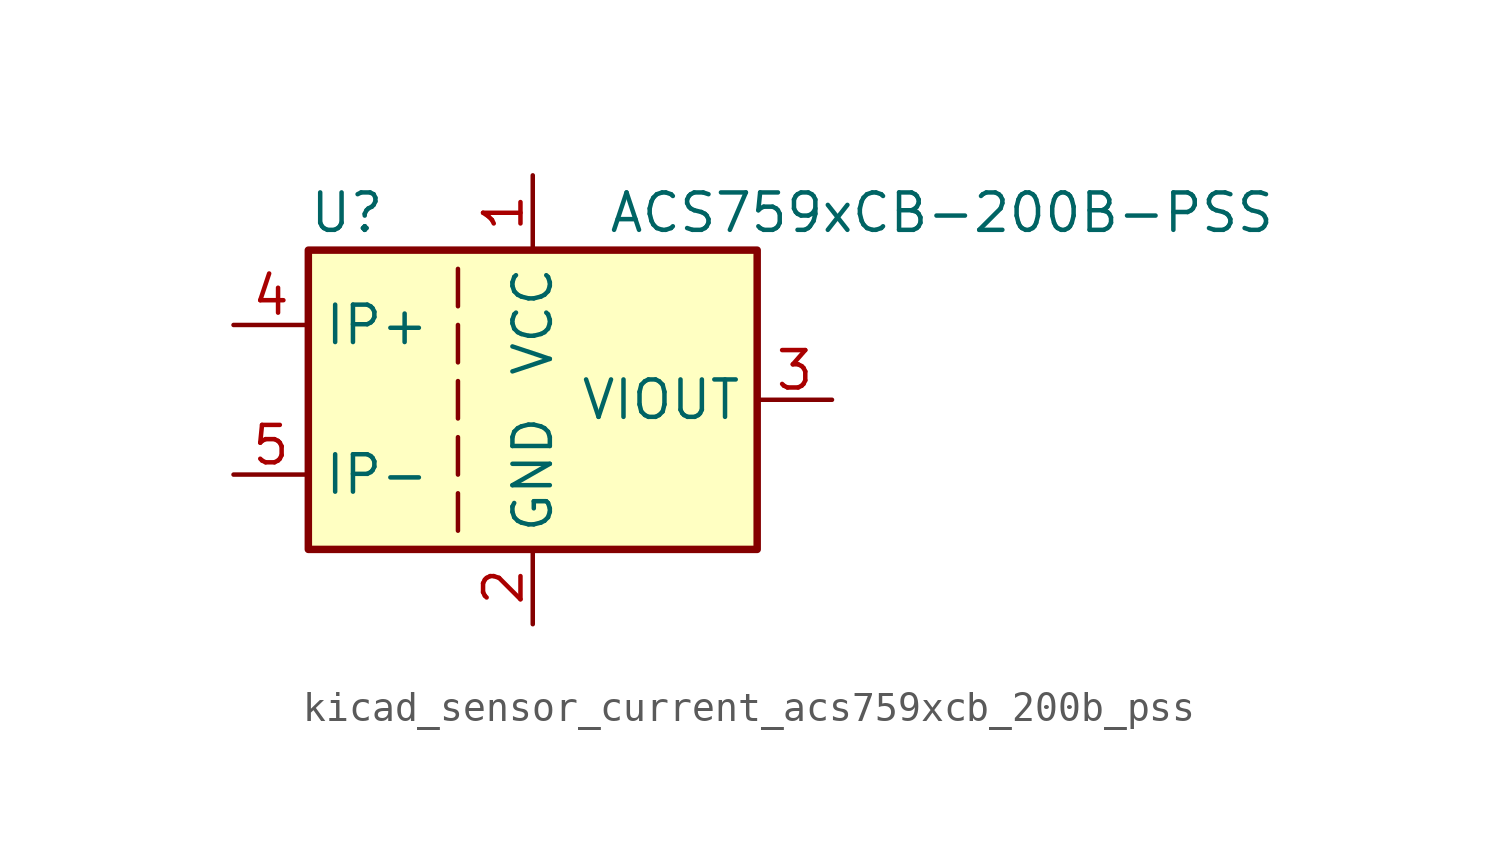
<source format=kicad_sym>
(kicad_symbol_lib
  (version 20220914)
  (generator kicad_symbol_editor)
  (symbol "kicad_sensor_current_acs759xcb_200b_pss"
    (property "Reference" "U"
      (at -7.62 6.35 0)
      (effects (font (size 1.27 1.27)) (justify left)))
    (property "Value" "ACS759xCB-200B-PSS"
      (at 2.54 6.35 0)
      (effects (font (size 1.27 1.27)) (justify left)))
    (symbol "kicad_sensor_current_acs759xcb_200b_pss_0_1"
      (rectangle (start -7.62 5.08) (end 7.62 -5.08) (stroke (width 0.254) (type default)) (fill (type background)))
      (polyline (pts (xy -2.54 -3.175) (xy -2.54 -4.445)) (stroke (width 0) (type default)) (fill (type none)))
      (polyline (pts (xy -2.54 -1.27) (xy -2.54 -2.54)) (stroke (width 0) (type default)) (fill (type none)))
      (polyline (pts (xy -2.54 0.635) (xy -2.54 -0.635)) (stroke (width 0) (type default)) (fill (type none)))
      (polyline (pts (xy -2.54 1.27) (xy -2.54 2.54)) (stroke (width 0) (type default)) (fill (type none)))
      (polyline (pts (xy -2.54 3.175) (xy -2.54 4.445)) (stroke (width 0) (type default)) (fill (type none))))
    (symbol "kicad_sensor_current_acs759xcb_200b_pss_1_1"
      (pin power_in line (at 0 7.62 270) (length 2.54) (name "VCC" (effects (font (size 1.27 1.27)))) (number "1" (effects (font (size 1.27 1.27)))))
      (pin power_in line (at 0 -7.62 90) (length 2.54) (name "GND" (effects (font (size 1.27 1.27)))) (number "2" (effects (font (size 1.27 1.27)))))
      (pin output line (at 10.16 0 180) (length 2.54) (name "VIOUT" (effects (font (size 1.27 1.27)))) (number "3" (effects (font (size 1.27 1.27)))))
      (pin passive line (at -10.16 2.54 0) (length 2.54) (name "IP+" (effects (font (size 1.27 1.27)))) (number "4" (effects (font (size 1.27 1.27)))))
      (pin passive line (at -10.16 -2.54 0) (length 2.54) (name "IP-" (effects (font (size 1.27 1.27)))) (number "5" (effects (font (size 1.27 1.27))))))))
</source>
